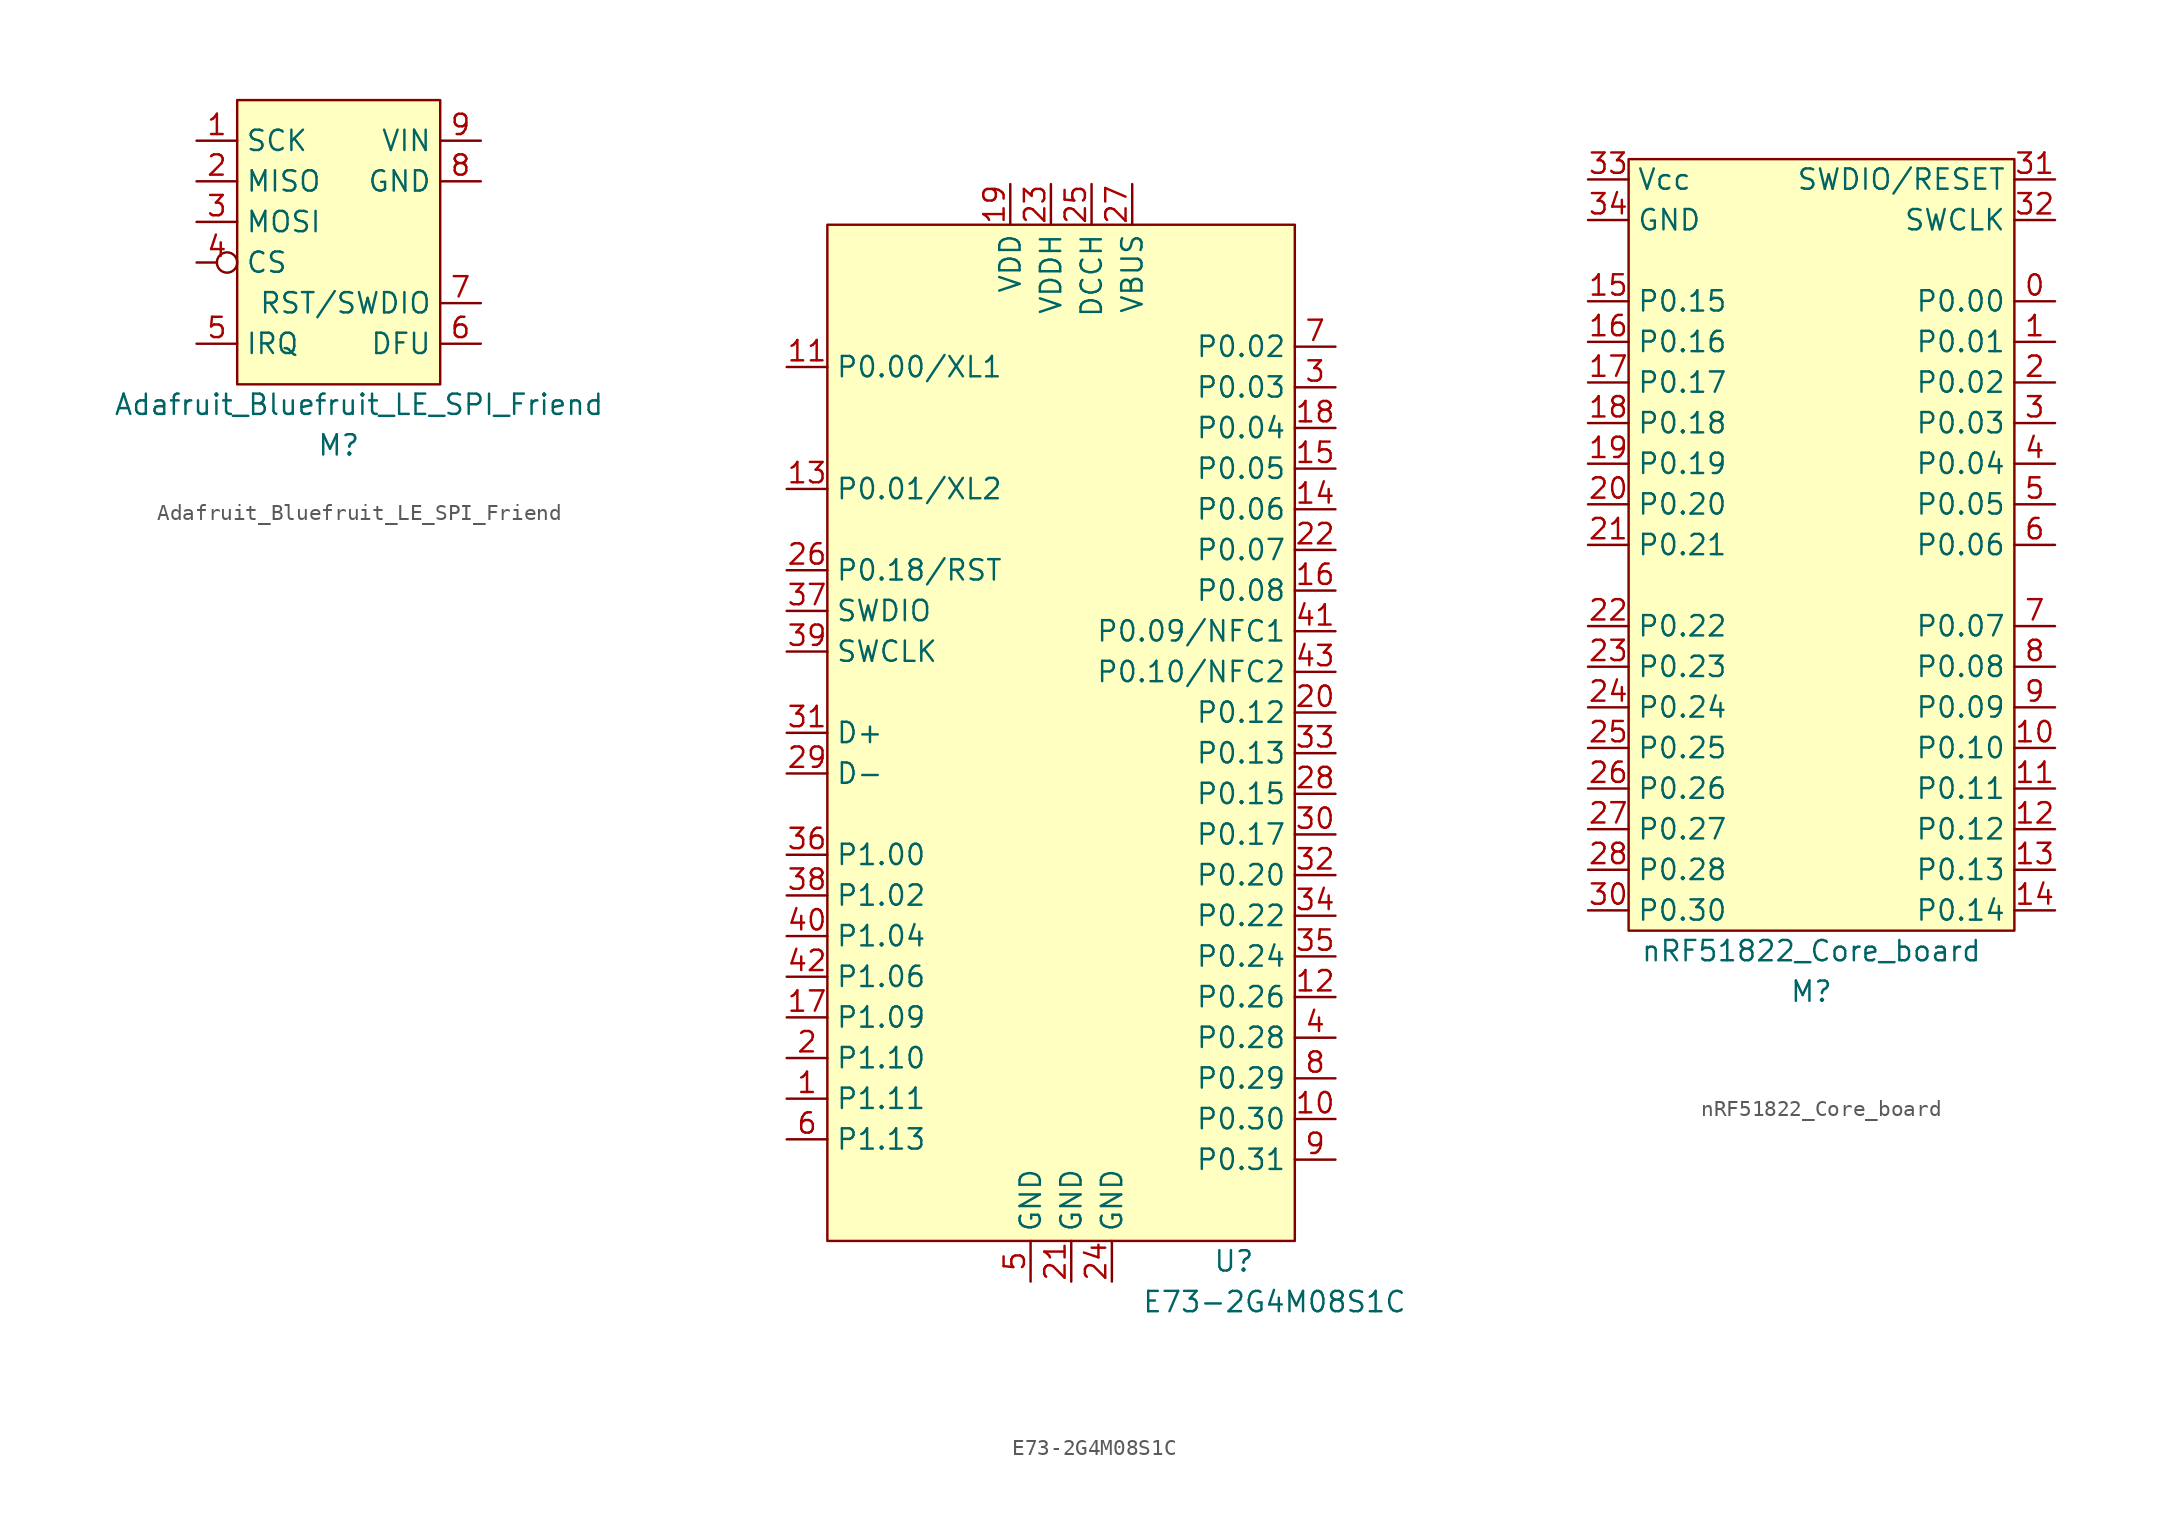
<source format=kicad_sym>
(kicad_symbol_lib
  (version 20220914)
  (generator kicad_symbol_editor)
  (symbol "Adafruit_Bluefruit_LE_SPI_Friend"
    (property "Reference" "M"
      (at 0 -12.7 0)
      (effects (font (size 1.27 1.27))))
    (property "Value" "Adafruit_Bluefruit_LE_SPI_Friend"
      (at 1.27 -10.16 0)
      (effects (font (size 1.27 1.27))))
    (symbol "Adafruit_Bluefruit_LE_SPI_Friend_0_1"
      (rectangle (start -6.35 8.89) (end 6.35 -8.89) (stroke (width 0) (type default)) (fill (type background))))
    (symbol "Adafruit_Bluefruit_LE_SPI_Friend_1_1"
      (pin input line (at -8.89 6.35 0) (length 2.54) (name "SCK" (effects (font (size 1.27 1.27)))) (number "1" (effects (font (size 1.27 1.27)))))
      (pin output line (at -8.89 3.81 0) (length 2.54) (name "MISO" (effects (font (size 1.27 1.27)))) (number "2" (effects (font (size 1.27 1.27)))))
      (pin input line (at -8.89 1.27 0) (length 2.54) (name "MOSI" (effects (font (size 1.27 1.27)))) (number "3" (effects (font (size 1.27 1.27)))))
      (pin input inverted (at -8.89 -1.27 0) (length 2.54) (name "CS" (effects (font (size 1.27 1.27)))) (number "4" (effects (font (size 1.27 1.27)))))
      (pin output line (at -8.89 -6.35 0) (length 2.54) (name "IRQ" (effects (font (size 1.27 1.27)))) (number "5" (effects (font (size 1.27 1.27)))))
      (pin input line (at 8.89 -6.35 180) (length 2.54) (name "DFU" (effects (font (size 1.27 1.27)))) (number "6" (effects (font (size 1.27 1.27)))))
      (pin input line (at 8.89 -3.81 180) (length 2.54) (name "RST/SWDIO" (effects (font (size 1.27 1.27)))) (number "7" (effects (font (size 1.27 1.27)))))
      (pin power_in line (at 8.89 3.81 180) (length 2.54) (name "GND" (effects (font (size 1.27 1.27)))) (number "8" (effects (font (size 1.27 1.27)))))
      (pin power_in line (at 8.89 6.35 180) (length 2.54) (name "VIN" (effects (font (size 1.27 1.27)))) (number "9" (effects (font (size 1.27 1.27)))))))
  (symbol "E73-2G4M08S1C"
    (property "Reference" "U"
      (at 10.16 -34.29 0)
      (effects (font (size 1.27 1.27))))
    (property "Value" "E73-2G4M08S1C"
      (at 12.7 -36.83 0)
      (effects (font (size 1.27 1.27))))
    (symbol "E73-2G4M08S1C_0_0"
      (pin bidirectional line (at -17.78 -24.13 0) (length 2.54) (name "P1.11" (effects (font (size 1.27 1.27)))) (number "1" (effects (font (size 1.27 1.27)))))
      (pin bidirectional line (at 16.51 -25.4 180) (length 2.54) (name "P0.30" (effects (font (size 1.27 1.27)))) (number "10" (effects (font (size 1.27 1.27)))))
      (pin bidirectional line (at -17.78 21.59 0) (length 2.54) (name "P0.00/XL1" (effects (font (size 1.27 1.27)))) (number "11" (effects (font (size 1.27 1.27)))))
      (pin bidirectional line (at 16.51 -17.78 180) (length 2.54) (name "P0.26" (effects (font (size 1.27 1.27)))) (number "12" (effects (font (size 1.27 1.27)))))
      (pin bidirectional line (at -17.78 13.97 0) (length 2.54) (name "P0.01/XL2" (effects (font (size 1.27 1.27)))) (number "13" (effects (font (size 1.27 1.27)))))
      (pin bidirectional line (at 16.51 12.7 180) (length 2.54) (name "P0.06" (effects (font (size 1.27 1.27)))) (number "14" (effects (font (size 1.27 1.27)))))
      (pin bidirectional line (at 16.51 15.24 180) (length 2.54) (name "P0.05" (effects (font (size 1.27 1.27)))) (number "15" (effects (font (size 1.27 1.27)))))
      (pin bidirectional line (at 16.51 7.62 180) (length 2.54) (name "P0.08" (effects (font (size 1.27 1.27)))) (number "16" (effects (font (size 1.27 1.27)))))
      (pin bidirectional line (at -17.78 -19.05 0) (length 2.54) (name "P1.09" (effects (font (size 1.27 1.27)))) (number "17" (effects (font (size 1.27 1.27)))))
      (pin bidirectional line (at 16.51 17.78 180) (length 2.54) (name "P0.04" (effects (font (size 1.27 1.27)))) (number "18" (effects (font (size 1.27 1.27)))))
      (pin power_in line (at -3.81 33.02 270) (length 2.54) (name "VDD" (effects (font (size 1.27 1.27)))) (number "19" (effects (font (size 1.27 1.27)))))
      (pin bidirectional line (at -17.78 -21.59 0) (length 2.54) (name "P1.10" (effects (font (size 1.27 1.27)))) (number "2" (effects (font (size 1.27 1.27)))))
      (pin bidirectional line (at 16.51 0 180) (length 2.54) (name "P0.12" (effects (font (size 1.27 1.27)))) (number "20" (effects (font (size 1.27 1.27)))))
      (pin power_in line (at 0 -35.56 90) (length 2.54) (name "GND" (effects (font (size 1.27 1.27)))) (number "21" (effects (font (size 1.27 1.27)))))
      (pin bidirectional line (at 16.51 10.16 180) (length 2.54) (name "P0.07" (effects (font (size 1.27 1.27)))) (number "22" (effects (font (size 1.27 1.27)))))
      (pin power_in line (at -1.27 33.02 270) (length 2.54) (name "VDDH" (effects (font (size 1.27 1.27)))) (number "23" (effects (font (size 1.27 1.27)))))
      (pin power_in line (at 2.54 -35.56 90) (length 2.54) (name "GND" (effects (font (size 1.27 1.27)))) (number "24" (effects (font (size 1.27 1.27)))))
      (pin power_in line (at 1.27 33.02 270) (length 2.54) (name "DCCH" (effects (font (size 1.27 1.27)))) (number "25" (effects (font (size 1.27 1.27)))))
      (pin bidirectional line (at -17.78 8.89 0) (length 2.54) (name "P0.18/RST" (effects (font (size 1.27 1.27)))) (number "26" (effects (font (size 1.27 1.27)))))
      (pin power_in line (at 3.81 33.02 270) (length 2.54) (name "VBUS" (effects (font (size 1.27 1.27)))) (number "27" (effects (font (size 1.27 1.27)))))
      (pin bidirectional line (at 16.51 -5.08 180) (length 2.54) (name "P0.15" (effects (font (size 1.27 1.27)))) (number "28" (effects (font (size 1.27 1.27)))))
      (pin bidirectional line (at -17.78 -3.81 0) (length 2.54) (name "D-" (effects (font (size 1.27 1.27)))) (number "29" (effects (font (size 1.27 1.27)))))
      (pin bidirectional line (at 16.51 20.32 180) (length 2.54) (name "P0.03" (effects (font (size 1.27 1.27)))) (number "3" (effects (font (size 1.27 1.27)))))
      (pin bidirectional line (at 16.51 -7.62 180) (length 2.54) (name "P0.17" (effects (font (size 1.27 1.27)))) (number "30" (effects (font (size 1.27 1.27)))))
      (pin bidirectional line (at -17.78 -1.27 0) (length 2.54) (name "D+" (effects (font (size 1.27 1.27)))) (number "31" (effects (font (size 1.27 1.27)))))
      (pin bidirectional line (at 16.51 -10.16 180) (length 2.54) (name "P0.20" (effects (font (size 1.27 1.27)))) (number "32" (effects (font (size 1.27 1.27)))))
      (pin bidirectional line (at 16.51 -2.54 180) (length 2.54) (name "P0.13" (effects (font (size 1.27 1.27)))) (number "33" (effects (font (size 1.27 1.27)))))
      (pin bidirectional line (at 16.51 -12.7 180) (length 2.54) (name "P0.22" (effects (font (size 1.27 1.27)))) (number "34" (effects (font (size 1.27 1.27)))))
      (pin bidirectional line (at 16.51 -15.24 180) (length 2.54) (name "P0.24" (effects (font (size 1.27 1.27)))) (number "35" (effects (font (size 1.27 1.27)))))
      (pin bidirectional line (at -17.78 -8.89 0) (length 2.54) (name "P1.00" (effects (font (size 1.27 1.27)))) (number "36" (effects (font (size 1.27 1.27)))))
      (pin bidirectional line (at -17.78 6.35 0) (length 2.54) (name "SWDIO" (effects (font (size 1.27 1.27)))) (number "37" (effects (font (size 1.27 1.27)))))
      (pin bidirectional line (at -17.78 -11.43 0) (length 2.54) (name "P1.02" (effects (font (size 1.27 1.27)))) (number "38" (effects (font (size 1.27 1.27)))))
      (pin bidirectional line (at -17.78 3.81 0) (length 2.54) (name "SWCLK" (effects (font (size 1.27 1.27)))) (number "39" (effects (font (size 1.27 1.27)))))
      (pin bidirectional line (at 16.51 -20.32 180) (length 2.54) (name "P0.28" (effects (font (size 1.27 1.27)))) (number "4" (effects (font (size 1.27 1.27)))))
      (pin bidirectional line (at -17.78 -13.97 0) (length 2.54) (name "P1.04" (effects (font (size 1.27 1.27)))) (number "40" (effects (font (size 1.27 1.27)))))
      (pin bidirectional line (at 16.51 5.08 180) (length 2.54) (name "P0.09/NFC1" (effects (font (size 1.27 1.27)))) (number "41" (effects (font (size 1.27 1.27)))))
      (pin bidirectional line (at -17.78 -16.51 0) (length 2.54) (name "P1.06" (effects (font (size 1.27 1.27)))) (number "42" (effects (font (size 1.27 1.27)))))
      (pin bidirectional line (at 16.51 2.54 180) (length 2.54) (name "P0.10/NFC2" (effects (font (size 1.27 1.27)))) (number "43" (effects (font (size 1.27 1.27)))))
      (pin power_in line (at -2.54 -35.56 90) (length 2.54) (name "GND" (effects (font (size 1.27 1.27)))) (number "5" (effects (font (size 1.27 1.27)))))
      (pin bidirectional line (at -17.78 -26.67 0) (length 2.54) (name "P1.13" (effects (font (size 1.27 1.27)))) (number "6" (effects (font (size 1.27 1.27)))))
      (pin bidirectional line (at 16.51 22.86 180) (length 2.54) (name "P0.02" (effects (font (size 1.27 1.27)))) (number "7" (effects (font (size 1.27 1.27)))))
      (pin bidirectional line (at 16.51 -22.86 180) (length 2.54) (name "P0.29" (effects (font (size 1.27 1.27)))) (number "8" (effects (font (size 1.27 1.27)))))
      (pin bidirectional line (at 16.51 -27.94 180) (length 2.54) (name "P0.31" (effects (font (size 1.27 1.27)))) (number "9" (effects (font (size 1.27 1.27))))))
    (symbol "E73-2G4M08S1C_1_1"
      (rectangle (start -15.24 30.48) (end 13.97 -33.02) (stroke (width 0) (type default)) (fill (type background)))))
  (symbol "nRF51822_Core_board"
    (property "Reference" "M"
      (at 0 -25.4 0)
      (effects (font (size 1.27 1.27))))
    (property "Value" "nRF51822_Core_board"
      (at 0 -22.86 0)
      (effects (font (size 1.27 1.27))))
    (symbol "nRF51822_Core_board_0_1"
      (rectangle (start -11.43 26.67) (end 12.7 -21.59) (stroke (width 0) (type default)) (fill (type background))))
    (symbol "nRF51822_Core_board_1_1"
      (pin bidirectional line (at 15.24 17.78 180) (length 2.54) (name "P0.00" (effects (font (size 1.27 1.27)))) (number "0" (effects (font (size 1.27 1.27)))))
      (pin bidirectional line (at 15.24 15.24 180) (length 2.54) (name "P0.01" (effects (font (size 1.27 1.27)))) (number "1" (effects (font (size 1.27 1.27)))))
      (pin bidirectional line (at 15.24 -10.16 180) (length 2.54) (name "P0.10" (effects (font (size 1.27 1.27)))) (number "10" (effects (font (size 1.27 1.27)))))
      (pin bidirectional line (at 15.24 -12.7 180) (length 2.54) (name "P0.11" (effects (font (size 1.27 1.27)))) (number "11" (effects (font (size 1.27 1.27)))))
      (pin bidirectional line (at 15.24 -15.24 180) (length 2.54) (name "P0.12" (effects (font (size 1.27 1.27)))) (number "12" (effects (font (size 1.27 1.27)))))
      (pin bidirectional line (at 15.24 -17.78 180) (length 2.54) (name "P0.13" (effects (font (size 1.27 1.27)))) (number "13" (effects (font (size 1.27 1.27)))))
      (pin bidirectional line (at 15.24 -20.32 180) (length 2.54) (name "P0.14" (effects (font (size 1.27 1.27)))) (number "14" (effects (font (size 1.27 1.27)))))
      (pin bidirectional line (at -13.97 17.78 0) (length 2.54) (name "P0.15" (effects (font (size 1.27 1.27)))) (number "15" (effects (font (size 1.27 1.27)))))
      (pin bidirectional line (at -13.97 15.24 0) (length 2.54) (name "P0.16" (effects (font (size 1.27 1.27)))) (number "16" (effects (font (size 1.27 1.27)))))
      (pin bidirectional line (at -13.97 12.7 0) (length 2.54) (name "P0.17" (effects (font (size 1.27 1.27)))) (number "17" (effects (font (size 1.27 1.27)))))
      (pin bidirectional line (at -13.97 10.16 0) (length 2.54) (name "P0.18" (effects (font (size 1.27 1.27)))) (number "18" (effects (font (size 1.27 1.27)))))
      (pin bidirectional line (at -13.97 7.62 0) (length 2.54) (name "P0.19" (effects (font (size 1.27 1.27)))) (number "19" (effects (font (size 1.27 1.27)))))
      (pin bidirectional line (at 15.24 12.7 180) (length 2.54) (name "P0.02" (effects (font (size 1.27 1.27)))) (number "2" (effects (font (size 1.27 1.27)))))
      (pin bidirectional line (at -13.97 5.08 0) (length 2.54) (name "P0.20" (effects (font (size 1.27 1.27)))) (number "20" (effects (font (size 1.27 1.27)))))
      (pin bidirectional line (at -13.97 2.54 0) (length 2.54) (name "P0.21" (effects (font (size 1.27 1.27)))) (number "21" (effects (font (size 1.27 1.27)))))
      (pin bidirectional line (at -13.97 -2.54 0) (length 2.54) (name "P0.22" (effects (font (size 1.27 1.27)))) (number "22" (effects (font (size 1.27 1.27)))))
      (pin bidirectional line (at -13.97 -5.08 0) (length 2.54) (name "P0.23" (effects (font (size 1.27 1.27)))) (number "23" (effects (font (size 1.27 1.27)))))
      (pin bidirectional line (at -13.97 -7.62 0) (length 2.54) (name "P0.24" (effects (font (size 1.27 1.27)))) (number "24" (effects (font (size 1.27 1.27)))))
      (pin bidirectional line (at -13.97 -10.16 0) (length 2.54) (name "P0.25" (effects (font (size 1.27 1.27)))) (number "25" (effects (font (size 1.27 1.27)))))
      (pin bidirectional line (at -13.97 -12.7 0) (length 2.54) (name "P0.26" (effects (font (size 1.27 1.27)))) (number "26" (effects (font (size 1.27 1.27)))))
      (pin bidirectional line (at -13.97 -15.24 0) (length 2.54) (name "P0.27" (effects (font (size 1.27 1.27)))) (number "27" (effects (font (size 1.27 1.27)))))
      (pin bidirectional line (at -13.97 -17.78 0) (length 2.54) (name "P0.28" (effects (font (size 1.27 1.27)))) (number "28" (effects (font (size 1.27 1.27)))))
      (pin bidirectional line (at 15.24 10.16 180) (length 2.54) (name "P0.03" (effects (font (size 1.27 1.27)))) (number "3" (effects (font (size 1.27 1.27)))))
      (pin bidirectional line (at -13.97 -20.32 0) (length 2.54) (name "P0.30" (effects (font (size 1.27 1.27)))) (number "30" (effects (font (size 1.27 1.27)))))
      (pin bidirectional line (at 15.24 25.4 180) (length 2.54) (name "SWDIO/RESET" (effects (font (size 1.27 1.27)))) (number "31" (effects (font (size 1.27 1.27)))))
      (pin bidirectional line (at 15.24 22.86 180) (length 2.54) (name "SWCLK" (effects (font (size 1.27 1.27)))) (number "32" (effects (font (size 1.27 1.27)))))
      (pin power_in line (at -13.97 25.4 0) (length 2.54) (name "Vcc" (effects (font (size 1.27 1.27)))) (number "33" (effects (font (size 1.27 1.27)))))
      (pin power_in line (at -13.97 22.86 0) (length 2.54) (name "GND" (effects (font (size 1.27 1.27)))) (number "34" (effects (font (size 1.27 1.27)))))
      (pin bidirectional line (at 15.24 7.62 180) (length 2.54) (name "P0.04" (effects (font (size 1.27 1.27)))) (number "4" (effects (font (size 1.27 1.27)))))
      (pin bidirectional line (at 15.24 5.08 180) (length 2.54) (name "P0.05" (effects (font (size 1.27 1.27)))) (number "5" (effects (font (size 1.27 1.27)))))
      (pin bidirectional line (at 15.24 2.54 180) (length 2.54) (name "P0.06" (effects (font (size 1.27 1.27)))) (number "6" (effects (font (size 1.27 1.27)))))
      (pin bidirectional line (at 15.24 -2.54 180) (length 2.54) (name "P0.07" (effects (font (size 1.27 1.27)))) (number "7" (effects (font (size 1.27 1.27)))))
      (pin bidirectional line (at 15.24 -5.08 180) (length 2.54) (name "P0.08" (effects (font (size 1.27 1.27)))) (number "8" (effects (font (size 1.27 1.27)))))
      (pin bidirectional line (at 15.24 -7.62 180) (length 2.54) (name "P0.09" (effects (font (size 1.27 1.27)))) (number "9" (effects (font (size 1.27 1.27))))))))
</source>
